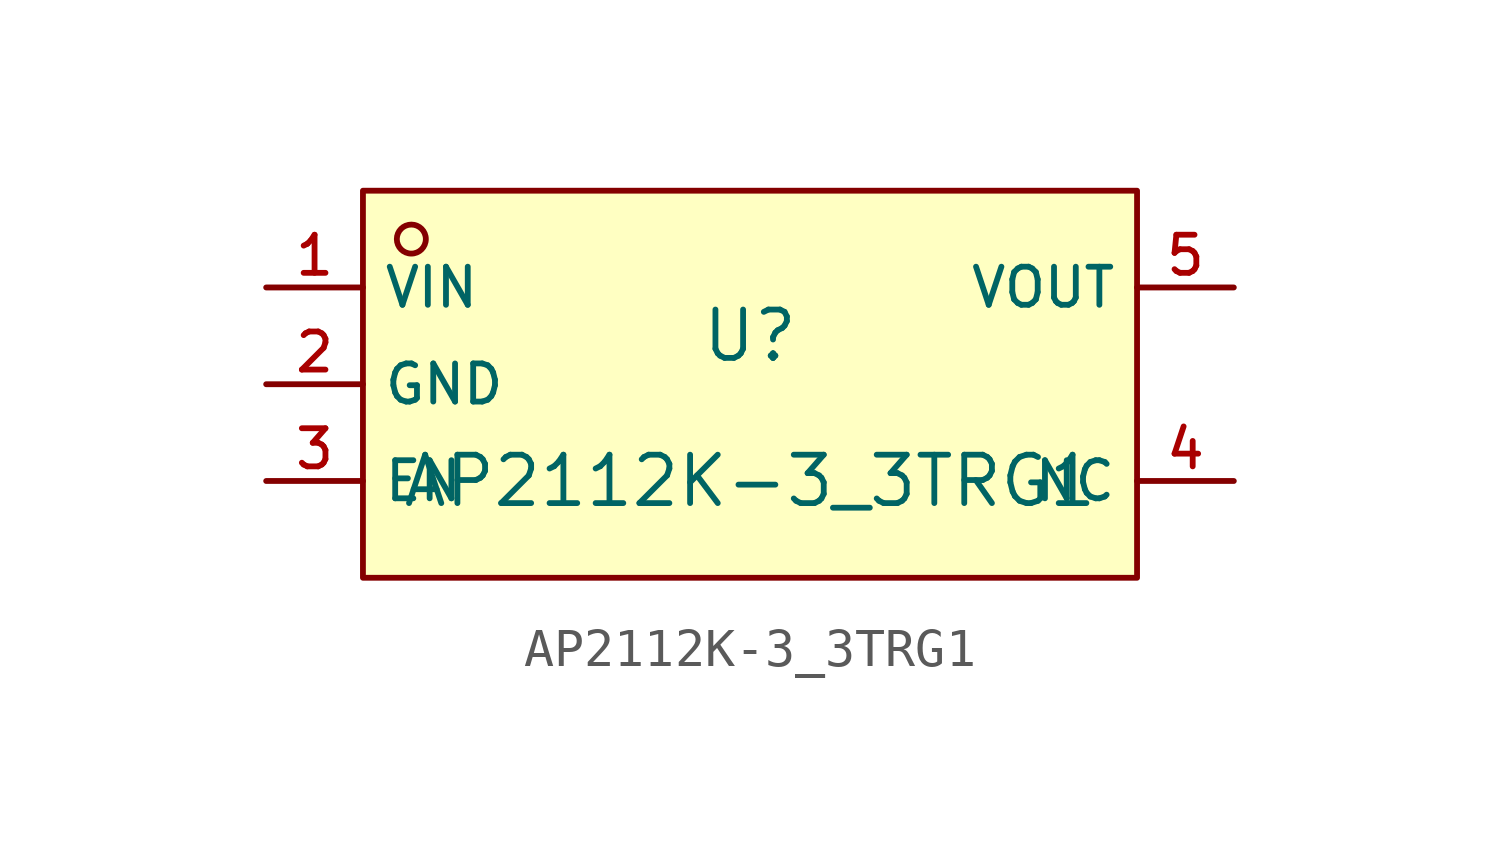
<source format=kicad_sym>
(kicad_symbol_lib
  (version 20210201)
  (generator TousstNicolas/JLC2KiCad_lib)
  (symbol "AP2112K-3_3TRG1"
    (property "Reference" "U"
      (at 0 1.27 0)
      (effects (font (size 1.27 1.27))))
    (property "Value" "AP2112K-3_3TRG1"
      (at 0 -2.54 0)
      (effects (font (size 1.27 1.27))))
    (symbol "AP2112K-3_3TRG1_0_1"
      (rectangle (start -10.16 5.08) (end 10.16 -5.08) (stroke (width 0) (type default) (color 0 0 0 0)) (fill (type background)))
      (circle (center -8.89 3.81) (radius 0.381) (stroke (width 0) (type default) (color 0 0 0 0)) (fill (type background)))
      (pin unspecified line (at -12.7 2.54 0) (length 2.54) (name "VIN" (effects (font (size 1 1)))) (number "1" (effects (font (size 1 1)))))
      (pin unspecified line (at -12.7 -0.0 0) (length 2.54) (name "GND" (effects (font (size 1 1)))) (number "2" (effects (font (size 1 1)))))
      (pin unspecified line (at -12.7 -2.54 0) (length 2.54) (name "EN" (effects (font (size 1 1)))) (number "3" (effects (font (size 1 1)))))
      (pin unspecified line (at 12.7 -2.54 180) (length 2.54) (name "NC" (effects (font (size 1 1)))) (number "4" (effects (font (size 1 1)))))
      (pin unspecified line (at 12.7 2.54 180) (length 2.54) (name "VOUT" (effects (font (size 1 1)))) (number "5" (effects (font (size 1 1))))))))
</source>
